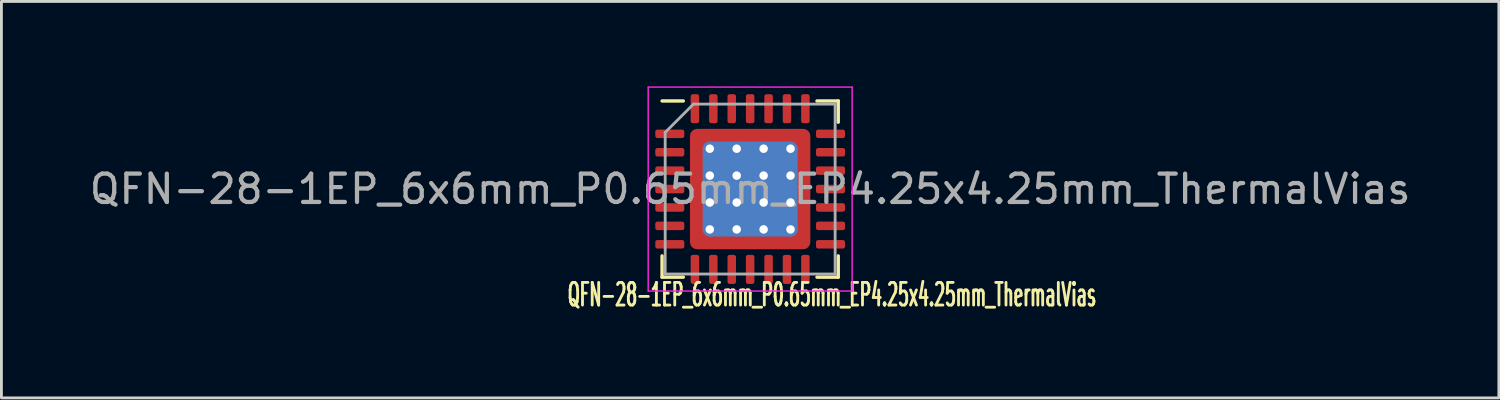
<source format=kicad_pcb>
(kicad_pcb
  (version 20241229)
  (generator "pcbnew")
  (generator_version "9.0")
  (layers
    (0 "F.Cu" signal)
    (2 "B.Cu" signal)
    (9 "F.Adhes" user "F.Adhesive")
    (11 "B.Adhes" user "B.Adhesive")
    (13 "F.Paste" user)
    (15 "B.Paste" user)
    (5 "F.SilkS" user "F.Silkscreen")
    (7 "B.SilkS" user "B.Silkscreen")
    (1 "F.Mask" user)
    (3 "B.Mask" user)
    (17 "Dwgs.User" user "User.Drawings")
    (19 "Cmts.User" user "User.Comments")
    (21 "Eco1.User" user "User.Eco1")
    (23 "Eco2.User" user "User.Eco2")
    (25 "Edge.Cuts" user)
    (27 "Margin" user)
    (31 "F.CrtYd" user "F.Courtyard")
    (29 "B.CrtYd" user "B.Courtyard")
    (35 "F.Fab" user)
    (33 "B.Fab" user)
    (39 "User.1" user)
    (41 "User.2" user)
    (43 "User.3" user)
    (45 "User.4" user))
  (footprint "QFN-28-1EP_6x6mm_P0.65mm_EP4.25x4.25mm_ThermalVias"
    (layer "F.Cu")
    (at 23.435 3.625)
    (property "Reference" "QFN-28-1EP_6x6mm_P0.65mm_EP4.25x4.25mm_ThermalVias" (at 2.89 3.73 0) (layer "F.SilkS") (effects (font (size 0.8 0.4) (thickness 0.1))))
    (attr smd)
    (fp_line (start -3.11 3.11) (end -3.11 2.36) (stroke (width 0.12) (type solid)) (layer "F.SilkS"))
    (fp_line (start -2.36 -3.11) (end -3.11 -3.11) (stroke (width 0.12) (type solid)) (layer "F.SilkS"))
    (fp_line (start -2.36 3.11) (end -3.11 3.11) (stroke (width 0.12) (type solid)) (layer "F.SilkS"))
    (fp_line (start 2.36 -3.11) (end 3.11 -3.11) (stroke (width 0.12) (type solid)) (layer "F.SilkS"))
    (fp_line (start 2.36 3.11) (end 3.11 3.11) (stroke (width 0.12) (type solid)) (layer "F.SilkS"))
    (fp_line (start 3.11 -3.11) (end 3.11 -2.36) (stroke (width 0.12) (type solid)) (layer "F.SilkS"))
    (fp_line (start 3.11 3.11) (end 3.11 2.36) (stroke (width 0.12) (type solid)) (layer "F.SilkS"))
    (fp_line (start -3.6 -3.6) (end -3.6 3.6) (stroke (width 0.05) (type solid)) (layer "F.CrtYd"))
    (fp_line (start -3.6 3.6) (end 3.6 3.6) (stroke (width 0.05) (type solid)) (layer "F.CrtYd"))
    (fp_line (start 3.6 -3.6) (end -3.6 -3.6) (stroke (width 0.05) (type solid)) (layer "F.CrtYd"))
    (fp_line (start 3.6 3.6) (end 3.6 -3.6) (stroke (width 0.05) (type solid)) (layer "F.CrtYd"))
    (fp_line (start -3 -2) (end -2 -3) (stroke (width 0.1) (type solid)) (layer "F.Fab"))
    (fp_line (start -3 3) (end -3 -2) (stroke (width 0.1) (type solid)) (layer "F.Fab"))
    (fp_line (start -2 -3) (end 3 -3) (stroke (width 0.1) (type solid)) (layer "F.Fab"))
    (fp_line (start 3 -3) (end 3 3) (stroke (width 0.1) (type solid)) (layer "F.Fab"))
    (fp_line (start 3 3) (end -3 3) (stroke (width 0.1) (type solid)) (layer "F.Fab"))
    (fp_text user "${REFERENCE}" (at 0 0 0) (layer "F.Fab") (effects (font (size 1 1) (thickness 0.15))))
    (pad "" smd custom (at -1.775 -1.775) (size 0.46 0.46) (layers "F.Paste") (options (anchor circle)) (primitives (gr_poly (pts (xy -0.282 -0.282) (xy 0.282 -0.282) (xy 0.282 0.135) (xy 0.135 0.282) (xy -0.282 0.282)) (width 0) (fill yes))))
    (pad "" smd custom (at -1.775 -0.95) (size 0.477 0.477) (layers "F.Paste") (options (anchor circle)) (primitives (gr_poly (pts (xy -0.282 -0.383) (xy 0.159 -0.383) (xy 0.282 -0.26) (xy 0.282 0.26) (xy 0.159 0.383) (xy -0.282 0.383)) (width 0) (fill yes))))
    (pad "" smd custom (at -1.775 0) (size 0.477 0.477) (layers "F.Paste") (options (anchor circle)) (primitives (gr_poly (pts (xy -0.282 -0.383) (xy 0.159 -0.383) (xy 0.282 -0.26) (xy 0.282 0.26) (xy 0.159 0.383) (xy -0.282 0.383)) (width 0) (fill yes))))
    (pad "" smd custom (at -1.775 0.95) (size 0.477 0.477) (layers "F.Paste") (options (anchor circle)) (primitives (gr_poly (pts (xy -0.282 -0.383) (xy 0.159 -0.383) (xy 0.282 -0.26) (xy 0.282 0.26) (xy 0.159 0.383) (xy -0.282 0.383)) (width 0) (fill yes))))
    (pad "" smd custom (at -1.775 1.775) (size 0.46 0.46) (layers "F.Paste") (options (anchor circle)) (primitives (gr_poly (pts (xy -0.282 -0.282) (xy 0.135 -0.282) (xy 0.282 -0.135) (xy 0.282 0.282) (xy -0.282 0.282)) (width 0) (fill yes))))
    (pad "" smd custom (at -0.95 -1.775) (size 0.477 0.477) (layers "F.Paste") (options (anchor circle)) (primitives (gr_poly (pts (xy -0.383 -0.282) (xy 0.383 -0.282) (xy 0.383 0.159) (xy 0.26 0.282) (xy -0.26 0.282) (xy -0.383 0.159)) (width 0) (fill yes))))
    (pad "" smd roundrect (at -0.95 -0.95) (size 0.766 0.766) (layers "F.Paste") (roundrect_rratio 0.25))
    (pad "" smd roundrect (at -0.95 0) (size 0.766 0.766) (layers "F.Paste") (roundrect_rratio 0.25))
    (pad "" smd roundrect (at -0.95 0.95) (size 0.766 0.766) (layers "F.Paste") (roundrect_rratio 0.25))
    (pad "" smd custom (at -0.95 1.775) (size 0.477 0.477) (layers "F.Paste") (options (anchor circle)) (primitives (gr_poly (pts (xy -0.383 -0.159) (xy -0.26 -0.282) (xy 0.26 -0.282) (xy 0.383 -0.159) (xy 0.383 0.282) (xy -0.383 0.282)) (width 0) (fill yes))))
    (pad "" smd custom (at 0 -1.775) (size 0.477 0.477) (layers "F.Paste") (options (anchor circle)) (primitives (gr_poly (pts (xy -0.383 -0.282) (xy 0.383 -0.282) (xy 0.383 0.159) (xy 0.26 0.282) (xy -0.26 0.282) (xy -0.383 0.159)) (width 0) (fill yes))))
    (pad "" smd roundrect (at 0 -0.95) (size 0.766 0.766) (layers "F.Paste") (roundrect_rratio 0.25))
    (pad "" smd roundrect (at 0 0) (size 0.766 0.766) (layers "F.Paste") (roundrect_rratio 0.25))
    (pad "" smd roundrect (at 0 0.95) (size 0.766 0.766) (layers "F.Paste") (roundrect_rratio 0.25))
    (pad "" smd custom (at 0 1.775) (size 0.477 0.477) (layers "F.Paste") (options (anchor circle)) (primitives (gr_poly (pts (xy -0.383 -0.159) (xy -0.26 -0.282) (xy 0.26 -0.282) (xy 0.383 -0.159) (xy 0.383 0.282) (xy -0.383 0.282)) (width 0) (fill yes))))
    (pad "" smd custom (at 0.95 -1.775) (size 0.477 0.477) (layers "F.Paste") (options (anchor circle)) (primitives (gr_poly (pts (xy -0.383 -0.282) (xy 0.383 -0.282) (xy 0.383 0.159) (xy 0.26 0.282) (xy -0.26 0.282) (xy -0.383 0.159)) (width 0) (fill yes))))
    (pad "" smd roundrect (at 0.95 -0.95) (size 0.766 0.766) (layers "F.Paste") (roundrect_rratio 0.25))
    (pad "" smd roundrect (at 0.95 0) (size 0.766 0.766) (layers "F.Paste") (roundrect_rratio 0.25))
    (pad "" smd roundrect (at 0.95 0.95) (size 0.766 0.766) (layers "F.Paste") (roundrect_rratio 0.25))
    (pad "" smd custom (at 0.95 1.775) (size 0.477 0.477) (layers "F.Paste") (options (anchor circle)) (primitives (gr_poly (pts (xy -0.383 -0.159) (xy -0.26 -0.282) (xy 0.26 -0.282) (xy 0.383 -0.159) (xy 0.383 0.282) (xy -0.383 0.282)) (width 0) (fill yes))))
    (pad "" smd custom (at 1.775 -1.775) (size 0.46 0.46) (layers "F.Paste") (options (anchor circle)) (primitives (gr_poly (pts (xy -0.282 -0.282) (xy 0.282 -0.282) (xy 0.282 0.282) (xy -0.135 0.282) (xy -0.282 0.135)) (width 0) (fill yes))))
    (pad "" smd custom (at 1.775 -0.95) (size 0.477 0.477) (layers "F.Paste") (options (anchor circle)) (primitives (gr_poly (pts (xy -0.282 -0.26) (xy -0.159 -0.383) (xy 0.282 -0.383) (xy 0.282 0.383) (xy -0.159 0.383) (xy -0.282 0.26)) (width 0) (fill yes))))
    (pad "" smd custom (at 1.775 0) (size 0.477 0.477) (layers "F.Paste") (options (anchor circle)) (primitives (gr_poly (pts (xy -0.282 -0.26) (xy -0.159 -0.383) (xy 0.282 -0.383) (xy 0.282 0.383) (xy -0.159 0.383) (xy -0.282 0.26)) (width 0) (fill yes))))
    (pad "" smd custom (at 1.775 0.95) (size 0.477 0.477) (layers "F.Paste") (options (anchor circle)) (primitives (gr_poly (pts (xy -0.282 -0.26) (xy -0.159 -0.383) (xy 0.282 -0.383) (xy 0.282 0.383) (xy -0.159 0.383) (xy -0.282 0.26)) (width 0) (fill yes))))
    (pad "" smd custom (at 1.775 1.775) (size 0.46 0.46) (layers "F.Paste") (options (anchor circle)) (primitives (gr_poly (pts (xy -0.282 -0.135) (xy -0.135 -0.282) (xy 0.282 -0.282) (xy 0.282 0.282) (xy -0.282 0.282)) (width 0) (fill yes))))
    (pad "1" smd roundrect (at -2.837 -1.95) (size 1.025 0.3) (layers "F.Cu" "F.Mask" "F.Paste") (roundrect_rratio 0.25))
    (pad "2" smd roundrect (at -2.837 -1.3) (size 1.025 0.3) (layers "F.Cu" "F.Mask" "F.Paste") (roundrect_rratio 0.25))
    (pad "3" smd roundrect (at -2.837 -0.65) (size 1.025 0.3) (layers "F.Cu" "F.Mask" "F.Paste") (roundrect_rratio 0.25))
    (pad "4" smd roundrect (at -2.837 0) (size 1.025 0.3) (layers "F.Cu" "F.Mask" "F.Paste") (roundrect_rratio 0.25))
    (pad "5" smd roundrect (at -2.837 0.65) (size 1.025 0.3) (layers "F.Cu" "F.Mask" "F.Paste") (roundrect_rratio 0.25))
    (pad "6" smd roundrect (at -2.837 1.3) (size 1.025 0.3) (layers "F.Cu" "F.Mask" "F.Paste") (roundrect_rratio 0.25))
    (pad "7" smd roundrect (at -2.837 1.95) (size 1.025 0.3) (layers "F.Cu" "F.Mask" "F.Paste") (roundrect_rratio 0.25))
    (pad "8" smd roundrect (at -1.95 2.837) (size 0.3 1.025) (layers "F.Cu" "F.Mask" "F.Paste") (roundrect_rratio 0.25))
    (pad "9" smd roundrect (at -1.3 2.837) (size 0.3 1.025) (layers "F.Cu" "F.Mask" "F.Paste") (roundrect_rratio 0.25))
    (pad "10" smd roundrect (at -0.65 2.837) (size 0.3 1.025) (layers "F.Cu" "F.Mask" "F.Paste") (roundrect_rratio 0.25))
    (pad "11" smd roundrect (at 0 2.837) (size 0.3 1.025) (layers "F.Cu" "F.Mask" "F.Paste") (roundrect_rratio 0.25))
    (pad "12" smd roundrect (at 0.65 2.837) (size 0.3 1.025) (layers "F.Cu" "F.Mask" "F.Paste") (roundrect_rratio 0.25))
    (pad "13" smd roundrect (at 1.3 2.837) (size 0.3 1.025) (layers "F.Cu" "F.Mask" "F.Paste") (roundrect_rratio 0.25))
    (pad "14" smd roundrect (at 1.95 2.837) (size 0.3 1.025) (layers "F.Cu" "F.Mask" "F.Paste") (roundrect_rratio 0.25))
    (pad "15" smd roundrect (at 2.837 1.95) (size 1.025 0.3) (layers "F.Cu" "F.Mask" "F.Paste") (roundrect_rratio 0.25))
    (pad "16" smd roundrect (at 2.837 1.3) (size 1.025 0.3) (layers "F.Cu" "F.Mask" "F.Paste") (roundrect_rratio 0.25))
    (pad "17" smd roundrect (at 2.837 0.65) (size 1.025 0.3) (layers "F.Cu" "F.Mask" "F.Paste") (roundrect_rratio 0.25))
    (pad "18" smd roundrect (at 2.837 0) (size 1.025 0.3) (layers "F.Cu" "F.Mask" "F.Paste") (roundrect_rratio 0.25))
    (pad "19" smd roundrect (at 2.837 -0.65) (size 1.025 0.3) (layers "F.Cu" "F.Mask" "F.Paste") (roundrect_rratio 0.25))
    (pad "20" smd roundrect (at 2.837 -1.3) (size 1.025 0.3) (layers "F.Cu" "F.Mask" "F.Paste") (roundrect_rratio 0.25))
    (pad "21" smd roundrect (at 2.837 -1.95) (size 1.025 0.3) (layers "F.Cu" "F.Mask" "F.Paste") (roundrect_rratio 0.25))
    (pad "22" smd roundrect (at 1.95 -2.837) (size 0.3 1.025) (layers "F.Cu" "F.Mask" "F.Paste") (roundrect_rratio 0.25))
    (pad "23" smd roundrect (at 1.3 -2.837) (size 0.3 1.025) (layers "F.Cu" "F.Mask" "F.Paste") (roundrect_rratio 0.25))
    (pad "24" smd roundrect (at 0.65 -2.837) (size 0.3 1.025) (layers "F.Cu" "F.Mask" "F.Paste") (roundrect_rratio 0.25))
    (pad "25" smd roundrect (at 0 -2.837) (size 0.3 1.025) (layers "F.Cu" "F.Mask" "F.Paste") (roundrect_rratio 0.25))
    (pad "26" smd roundrect (at -0.65 -2.837) (size 0.3 1.025) (layers "F.Cu" "F.Mask" "F.Paste") (roundrect_rratio 0.25))
    (pad "27" smd roundrect (at -1.3 -2.837) (size 0.3 1.025) (layers "F.Cu" "F.Mask" "F.Paste") (roundrect_rratio 0.25))
    (pad "28" smd roundrect (at -1.95 -2.837) (size 0.3 1.025) (layers "F.Cu" "F.Mask" "F.Paste") (roundrect_rratio 0.25))
    (pad "29" thru_hole circle (at -1.425 -1.425) (size 0.5 0.5) (drill 0.3) (layers "*.Cu"))
    (pad "29" thru_hole circle (at -1.425 -0.475) (size 0.5 0.5) (drill 0.3) (layers "*.Cu"))
    (pad "29" thru_hole circle (at -1.425 0.475) (size 0.5 0.5) (drill 0.3) (layers "*.Cu"))
    (pad "29" thru_hole circle (at -1.425 1.425) (size 0.5 0.5) (drill 0.3) (layers "*.Cu"))
    (pad "29" thru_hole circle (at -0.475 -1.425) (size 0.5 0.5) (drill 0.3) (layers "*.Cu"))
    (pad "29" thru_hole circle (at -0.475 -0.475) (size 0.5 0.5) (drill 0.3) (layers "*.Cu"))
    (pad "29" thru_hole circle (at -0.475 0.475) (size 0.5 0.5) (drill 0.3) (layers "*.Cu"))
    (pad "29" thru_hole circle (at -0.475 1.425) (size 0.5 0.5) (drill 0.3) (layers "*.Cu"))
    (pad "29" smd roundrect (at 0 0) (size 3.35 3.35) (layers "B.Cu") (roundrect_rratio 0.075))
    (pad "29" smd roundrect (at 0 0) (size 4.25 4.25) (layers "F.Cu" "F.Mask") (roundrect_rratio 0.059))
    (pad "29" thru_hole circle (at 0.475 -1.425) (size 0.5 0.5) (drill 0.3) (layers "*.Cu"))
    (pad "29" thru_hole circle (at 0.475 -0.475) (size 0.5 0.5) (drill 0.3) (layers "*.Cu"))
    (pad "29" thru_hole circle (at 0.475 0.475) (size 0.5 0.5) (drill 0.3) (layers "*.Cu"))
    (pad "29" thru_hole circle (at 0.475 1.425) (size 0.5 0.5) (drill 0.3) (layers "*.Cu"))
    (pad "29" thru_hole circle (at 1.425 -1.425) (size 0.5 0.5) (drill 0.3) (layers "*.Cu"))
    (pad "29" thru_hole circle (at 1.425 -0.475) (size 0.5 0.5) (drill 0.3) (layers "*.Cu"))
    (pad "29" thru_hole circle (at 1.425 0.475) (size 0.5 0.5) (drill 0.3) (layers "*.Cu"))
    (pad "29" thru_hole circle (at 1.425 1.425) (size 0.5 0.5) (drill 0.3) (layers "*.Cu")))
  (gr_rect
    (start -3 -3)
    (end 49.869 10.998)
    (stroke (width 0.1) (type default))
    (fill no)
    (layer "Edge.Cuts")))
</source>
